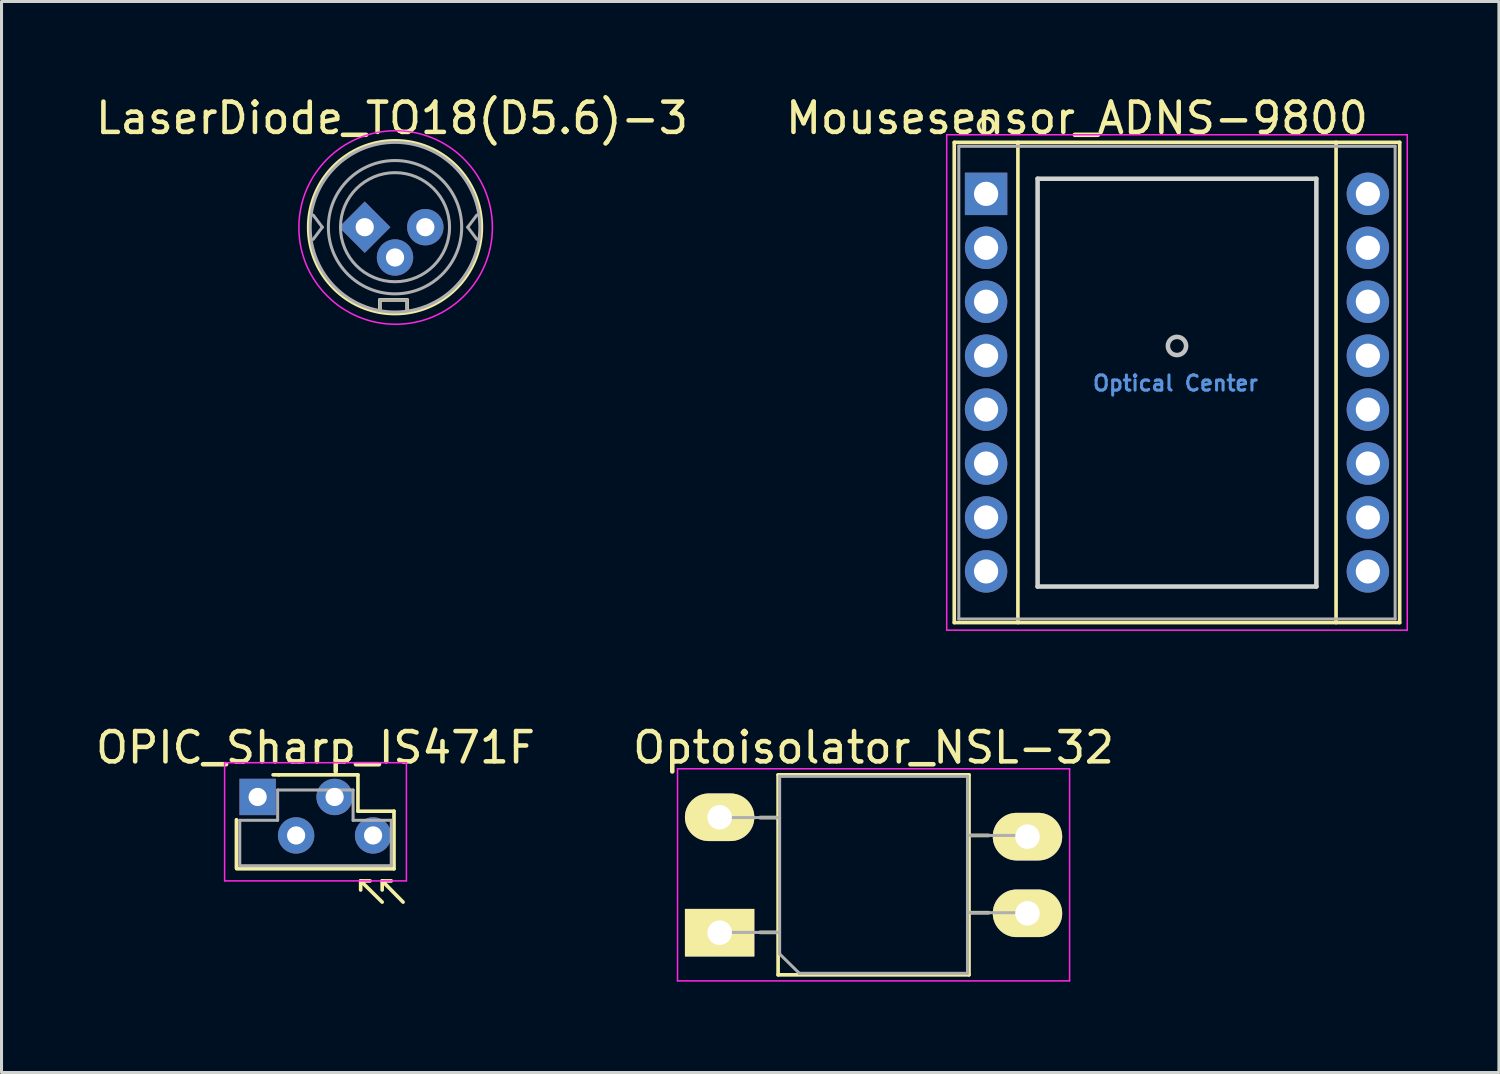
<source format=kicad_pcb>
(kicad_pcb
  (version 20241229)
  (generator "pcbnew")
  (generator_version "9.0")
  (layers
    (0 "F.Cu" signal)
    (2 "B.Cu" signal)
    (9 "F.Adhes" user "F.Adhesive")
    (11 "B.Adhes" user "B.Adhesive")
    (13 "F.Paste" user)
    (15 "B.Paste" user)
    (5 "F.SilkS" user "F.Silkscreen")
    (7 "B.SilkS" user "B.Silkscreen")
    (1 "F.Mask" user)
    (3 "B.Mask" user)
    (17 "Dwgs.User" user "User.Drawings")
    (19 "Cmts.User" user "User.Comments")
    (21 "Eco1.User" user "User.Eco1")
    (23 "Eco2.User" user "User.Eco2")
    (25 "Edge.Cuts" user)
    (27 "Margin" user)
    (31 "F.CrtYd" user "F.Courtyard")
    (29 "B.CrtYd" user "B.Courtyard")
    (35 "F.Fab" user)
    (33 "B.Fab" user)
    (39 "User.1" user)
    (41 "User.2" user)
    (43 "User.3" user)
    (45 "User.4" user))
  (footprint "Mousesensor_ADNS-9800"
    (layer "F.Cu")
    (at 29.494 3.348)
    (property "Reference" "Mousesensor_ADNS-9800" (at 3 -2.5 180) (layer "F.SilkS") (effects (font (size 1 1) (thickness 0.15))))
    (attr through_hole)
    (fp_line (start -1.05 -1.7) (end 13.65 -1.7) (stroke (width 0.12) (type solid)) (layer "F.SilkS"))
    (fp_line (start -1.05 14.15) (end -1.05 -1.7) (stroke (width 0.12) (type solid)) (layer "F.SilkS"))
    (fp_line (start 1.05 -1.7) (end 1.05 14.15) (stroke (width 0.12) (type solid)) (layer "F.SilkS"))
    (fp_line (start 11.55 -1.7) (end 11.55 14.15) (stroke (width 0.12) (type solid)) (layer "F.SilkS"))
    (fp_line (start 13.65 -1.7) (end 13.65 14.15) (stroke (width 0.12) (type solid)) (layer "F.SilkS"))
    (fp_line (start 13.65 14.15) (end -1.05 14.15) (stroke (width 0.12) (type solid)) (layer "F.SilkS"))
    (fp_circle (center 0 -2.25) (end 0 -2) (stroke (width 0.12) (type solid)) (fill no) (layer "F.SilkS"))
    (fp_circle (center 6.3 5.02) (end 6 5) (stroke (width 0.15) (type solid)) (fill no) (layer "Dwgs.User"))
    (fp_line (start 1.7 -0.5) (end 10.9 -0.5) (stroke (width 0.15) (type solid)) (layer "Edge.Cuts"))
    (fp_line (start 1.7 12.96) (end 1.7 -0.5) (stroke (width 0.15) (type solid)) (layer "Edge.Cuts"))
    (fp_line (start 10.9 -0.5) (end 10.9 12.96) (stroke (width 0.15) (type solid)) (layer "Edge.Cuts"))
    (fp_line (start 10.9 12.96) (end 1.7 12.96) (stroke (width 0.15) (type solid)) (layer "Edge.Cuts"))
    (fp_line (start -1.3 -1.95) (end 13.9 -1.95) (stroke (width 0.05) (type solid)) (layer "F.CrtYd"))
    (fp_line (start -1.3 14.4) (end -1.3 -1.95) (stroke (width 0.05) (type solid)) (layer "F.CrtYd"))
    (fp_line (start 13.9 -1.95) (end 13.9 14.4) (stroke (width 0.05) (type solid)) (layer "F.CrtYd"))
    (fp_line (start 13.9 14.4) (end -1.3 14.4) (stroke (width 0.05) (type solid)) (layer "F.CrtYd"))
    (fp_line (start -0.9 -1.57) (end 13.5 -1.57) (stroke (width 0.1) (type solid)) (layer "F.Fab"))
    (fp_line (start -0.9 14.03) (end -0.9 -1.57) (stroke (width 0.1) (type solid)) (layer "F.Fab"))
    (fp_line (start 13.5 -1.57) (end 13.5 14.03) (stroke (width 0.1) (type solid)) (layer "F.Fab"))
    (fp_line (start 13.5 14.03) (end -0.9 14.03) (stroke (width 0.1) (type solid)) (layer "F.Fab"))
    (fp_text user "Optical Center" (at 6.25 6.25 180) (layer "Cmts.User") (effects (font (size 0.5 0.5) (thickness 0.1))))
    (pad "1" thru_hole rect (at 0 0) (size 1.4 1.4) (drill 0.8) (layers "*.Cu" "*.Mask"))
    (pad "2" thru_hole circle (at 0 1.78) (size 1.4 1.4) (drill 0.8) (layers "*.Cu" "*.Mask"))
    (pad "3" thru_hole circle (at 0 3.56) (size 1.4 1.4) (drill 0.8) (layers "*.Cu" "*.Mask"))
    (pad "4" thru_hole circle (at 0 5.34) (size 1.4 1.4) (drill 0.8) (layers "*.Cu" "*.Mask"))
    (pad "5" thru_hole circle (at 0 7.12) (size 1.4 1.4) (drill 0.8) (layers "*.Cu" "*.Mask"))
    (pad "6" thru_hole circle (at 0 8.9) (size 1.4 1.4) (drill 0.8) (layers "*.Cu" "*.Mask"))
    (pad "7" thru_hole circle (at 0 10.68) (size 1.4 1.4) (drill 0.8) (layers "*.Cu" "*.Mask"))
    (pad "8" thru_hole circle (at 0 12.46) (size 1.4 1.4) (drill 0.8) (layers "*.Cu" "*.Mask"))
    (pad "9" thru_hole circle (at 12.6 12.46) (size 1.4 1.4) (drill 0.8) (layers "*.Cu" "*.Mask"))
    (pad "10" thru_hole circle (at 12.6 10.68) (size 1.4 1.4) (drill 0.8) (layers "*.Cu" "*.Mask"))
    (pad "11" thru_hole circle (at 12.6 8.9) (size 1.4 1.4) (drill 0.8) (layers "*.Cu" "*.Mask"))
    (pad "12" thru_hole circle (at 12.6 7.12) (size 1.4 1.4) (drill 0.8) (layers "*.Cu" "*.Mask"))
    (pad "13" thru_hole circle (at 12.6 5.34) (size 1.4 1.4) (drill 0.8) (layers "*.Cu" "*.Mask"))
    (pad "14" thru_hole circle (at 12.6 3.56) (size 1.4 1.4) (drill 0.8) (layers "*.Cu" "*.Mask"))
    (pad "15" thru_hole circle (at 12.6 1.78) (size 1.4 1.4) (drill 0.8) (layers "*.Cu" "*.Mask"))
    (pad "16" thru_hole circle (at 12.6 0) (size 1.4 1.4) (drill 0.8) (layers "*.Cu" "*.Mask")))
  (footprint "LaserDiode_TO18(D5.6)-3"
    (layer "F.Cu")
    (at 8.987 4.448)
    (property "Reference" "LaserDiode_TO18(D5.6)-3" (at 0.9 -3.6 0) (layer "F.SilkS") (effects (font (size 1 1) (thickness 0.15))))
    (attr through_hole)
    (fp_line (start 0.5 2.4) (end 1.4 2.4) (stroke (width 0.12) (type solid)) (layer "F.SilkS"))
    (fp_line (start 0.5 2.8) (end 0.5 2.4) (stroke (width 0.12) (type solid)) (layer "F.SilkS"))
    (fp_line (start 1.4 2.4) (end 1.4 2.8) (stroke (width 0.12) (type solid)) (layer "F.SilkS"))
    (fp_circle (center 1 0) (end -1.85 0) (stroke (width 0.12) (type solid)) (fill no) (layer "F.SilkS"))
    (fp_circle (center 1.02 0.01) (end 3.85 1.49) (stroke (width 0.05) (type solid)) (fill no) (layer "F.CrtYd"))
    (fp_line (start -1.4 0) (end -1.7 -0.4) (stroke (width 0.1) (type solid)) (layer "F.Fab"))
    (fp_line (start -1.4 0) (end -1.7 0.4) (stroke (width 0.1) (type solid)) (layer "F.Fab"))
    (fp_line (start 0.5 2.4) (end 1.4 2.4) (stroke (width 0.1) (type solid)) (layer "F.Fab"))
    (fp_line (start 0.5 2.7) (end 0.5 2.4) (stroke (width 0.1) (type solid)) (layer "F.Fab"))
    (fp_line (start 1.4 2.4) (end 1.4 2.7) (stroke (width 0.1) (type solid)) (layer "F.Fab"))
    (fp_line (start 3.4 0) (end 3.7 0.4) (stroke (width 0.1) (type solid)) (layer "F.Fab"))
    (fp_line (start 3.7 -0.4) (end 3.4 0) (stroke (width 0.1) (type solid)) (layer "F.Fab"))
    (fp_circle (center 1 0) (end -1.8 0) (stroke (width 0.1) (type solid)) (fill no) (layer "F.Fab"))
    (fp_circle (center 1 0) (end 2.8 0) (stroke (width 0.1) (type solid)) (fill no) (layer "F.Fab"))
    (fp_circle (center 1 0) (end 3.2 0) (stroke (width 0.1) (type solid)) (fill no) (layer "F.Fab"))
    (pad "1" thru_hole rect (at 0 0 45) (size 1.2 1.2) (drill 0.6) (layers "*.Cu" "*.Mask"))
    (pad "2" thru_hole circle (at 1 1) (size 1.2 1.2) (drill 0.6) (layers "*.Cu" "*.Mask"))
    (pad "3" thru_hole circle (at 2 0) (size 1.2 1.2) (drill 0.6) (layers "*.Cu" "*.Mask")))
  (footprint "Optoisolator_NSL-32"
    (layer "F.Cu")
    (at 20.7 27.732)
    (property "Reference" "Optoisolator_NSL-32" (at 5.08 -6.11 180) (layer "F.SilkS") (effects (font (size 1 1) (thickness 0.15))))
    (attr through_hole)
    (fp_line (start 1.33 -3.8) (end 1.93 -3.8) (stroke (width 0.12) (type solid)) (layer "F.SilkS"))
    (fp_line (start 1.93 -5.21) (end 8.23 -5.21) (stroke (width 0.12) (type solid)) (layer "F.SilkS"))
    (fp_line (start 1.93 -0.01) (end 1.33 -0.01) (stroke (width 0.12) (type solid)) (layer "F.SilkS"))
    (fp_line (start 1.93 1.39) (end 1.93 -5.21) (stroke (width 0.12) (type solid)) (layer "F.SilkS"))
    (fp_line (start 8.23 -5.21) (end 8.23 1.39) (stroke (width 0.12) (type solid)) (layer "F.SilkS"))
    (fp_line (start 8.23 -3.21) (end 8.88 -3.21) (stroke (width 0.12) (type solid)) (layer "F.SilkS"))
    (fp_line (start 8.23 1.39) (end 1.93 1.39) (stroke (width 0.12) (type solid)) (layer "F.SilkS"))
    (fp_line (start 8.88 -0.66) (end 8.23 -0.66) (stroke (width 0.12) (type solid)) (layer "F.SilkS"))
    (fp_line (start -1.39 -5.41) (end -1.39 1.59) (stroke (width 0.05) (type solid)) (layer "F.CrtYd"))
    (fp_line (start -1.39 -5.41) (end 11.55 -5.41) (stroke (width 0.05) (type solid)) (layer "F.CrtYd"))
    (fp_line (start 11.55 1.59) (end -1.39 1.59) (stroke (width 0.05) (type solid)) (layer "F.CrtYd"))
    (fp_line (start 11.55 1.59) (end 11.55 -5.41) (stroke (width 0.05) (type solid)) (layer "F.CrtYd"))
    (fp_line (start -0.02 -0.01) (end 1.98 -0.01) (stroke (width 0.1) (type solid)) (layer "F.Fab"))
    (fp_line (start 0.03 -3.8) (end 1.98 -3.8) (stroke (width 0.1) (type solid)) (layer "F.Fab"))
    (fp_line (start 1.98 -5.16) (end 8.18 -5.16) (stroke (width 0.1) (type solid)) (layer "F.Fab"))
    (fp_line (start 1.98 0.7) (end 1.98 -5.16) (stroke (width 0.1) (type solid)) (layer "F.Fab"))
    (fp_line (start 2.63 1.34) (end 1.98 0.7) (stroke (width 0.1) (type solid)) (layer "F.Fab"))
    (fp_line (start 8.18 -5.16) (end 8.18 1.34) (stroke (width 0.1) (type solid)) (layer "F.Fab"))
    (fp_line (start 8.18 -0.66) (end 10.18 -0.66) (stroke (width 0.1) (type solid)) (layer "F.Fab"))
    (fp_line (start 8.18 1.34) (end 2.63 1.34) (stroke (width 0.1) (type solid)) (layer "F.Fab"))
    (fp_line (start 10.18 -3.21) (end 8.18 -3.21) (stroke (width 0.1) (type solid)) (layer "F.Fab"))
    (pad "1" thru_hole rect (at 0 0) (size 2.29 1.57) (drill 0.81) (layers "*.Cu" "*.Mask" "F.SilkS"))
    (pad "2" thru_hole oval (at 0 -3.81) (size 2.29 1.57) (drill 0.81) (layers "*.Cu" "*.Mask" "F.SilkS"))
    (pad "3" thru_hole oval (at 10.16 -3.17) (size 2.29 1.57) (drill 0.81) (layers "*.Cu" "*.Mask" "F.SilkS"))
    (pad "4" thru_hole oval (at 10.16 -0.64) (size 2.29 1.57) (drill 0.81) (layers "*.Cu" "*.Mask" "F.SilkS")))
  (footprint "OPIC_Sharp_IS471F"
    (layer "F.Cu")
    (at 5.453 23.252)
    (property "Reference" "OPIC_Sharp_IS471F" (at 1.91 -1.63 0) (layer "F.SilkS") (effects (font (size 1 1) (thickness 0.15))))
    (attr through_hole)
    (fp_line (start -0.7 2.35) (end -0.7 0.75) (stroke (width 0.12) (type solid)) (layer "F.SilkS"))
    (fp_line (start -0.69 2.37) (end 4.5 2.37) (stroke (width 0.12) (type solid)) (layer "F.SilkS"))
    (fp_line (start 0.7 -0.73) (end 0.51 -0.73) (stroke (width 0.12) (type solid)) (layer "F.SilkS"))
    (fp_line (start 3.31 -0.73) (end 0.7 -0.73) (stroke (width 0.12) (type solid)) (layer "F.SilkS"))
    (fp_line (start 3.31 0.47) (end 3.31 -0.73) (stroke (width 0.12) (type solid)) (layer "F.SilkS"))
    (fp_line (start 3.4 2.77) (end 3.4 3.07) (stroke (width 0.12) (type solid)) (layer "F.SilkS"))
    (fp_line (start 3.4 2.77) (end 3.71 2.77) (stroke (width 0.12) (type solid)) (layer "F.SilkS"))
    (fp_line (start 3.4 2.77) (end 4.11 3.47) (stroke (width 0.12) (type solid)) (layer "F.SilkS"))
    (fp_line (start 4.11 2.77) (end 4.11 3.07) (stroke (width 0.12) (type solid)) (layer "F.SilkS"))
    (fp_line (start 4.11 2.77) (end 4.41 2.77) (stroke (width 0.12) (type solid)) (layer "F.SilkS"))
    (fp_line (start 4.11 2.77) (end 4.8 3.47) (stroke (width 0.12) (type solid)) (layer "F.SilkS"))
    (fp_line (start 4.5 0.47) (end 3.31 0.47) (stroke (width 0.12) (type solid)) (layer "F.SilkS"))
    (fp_line (start 4.5 2.37) (end 4.5 0.47) (stroke (width 0.12) (type solid)) (layer "F.SilkS"))
    (fp_line (start -1.09 -1.13) (end -1.09 2.77) (stroke (width 0.05) (type solid)) (layer "F.CrtYd"))
    (fp_line (start -1.09 2.77) (end 4.91 2.77) (stroke (width 0.05) (type solid)) (layer "F.CrtYd"))
    (fp_line (start 4.91 -1.13) (end -1.09 -1.13) (stroke (width 0.05) (type solid)) (layer "F.CrtYd"))
    (fp_line (start 4.91 2.77) (end 4.91 -1.13) (stroke (width 0.05) (type solid)) (layer "F.CrtYd"))
    (fp_line (start -0.59 0.77) (end -0.59 2.27) (stroke (width 0.1) (type solid)) (layer "F.Fab"))
    (fp_line (start -0.59 2.27) (end 4.41 2.27) (stroke (width 0.1) (type solid)) (layer "F.Fab"))
    (fp_line (start 0.66 -0.23) (end 0.66 0.77) (stroke (width 0.1) (type solid)) (layer "F.Fab"))
    (fp_line (start 0.66 0.77) (end -0.59 0.77) (stroke (width 0.1) (type solid)) (layer "F.Fab"))
    (fp_line (start 3.15 -0.23) (end 0.66 -0.23) (stroke (width 0.1) (type solid)) (layer "F.Fab"))
    (fp_line (start 3.15 0.77) (end 3.15 -0.23) (stroke (width 0.1) (type solid)) (layer "F.Fab"))
    (fp_line (start 4.41 0.77) (end 3.15 0.77) (stroke (width 0.1) (type solid)) (layer "F.Fab"))
    (fp_line (start 4.41 2.27) (end 4.41 0.77) (stroke (width 0.1) (type solid)) (layer "F.Fab"))
    (pad "1" thru_hole rect (at 0 0) (size 1.2 1.2) (drill 0.6) (layers "*.Cu" "*.Mask"))
    (pad "2" thru_hole circle (at 1.27 1.27) (size 1.2 1.2) (drill 0.6) (layers "*.Cu" "*.Mask"))
    (pad "3" thru_hole circle (at 2.54 0) (size 1.2 1.2) (drill 0.6) (layers "*.Cu" "*.Mask"))
    (pad "4" thru_hole circle (at 3.81 1.27) (size 1.2 1.2) (drill 0.6) (layers "*.Cu" "*.Mask")))
  (gr_rect
    (start -3 -3)
    (end 46.419 32.346)
    (stroke (width 0.1) (type default))
    (fill no)
    (layer "Edge.Cuts")))
</source>
